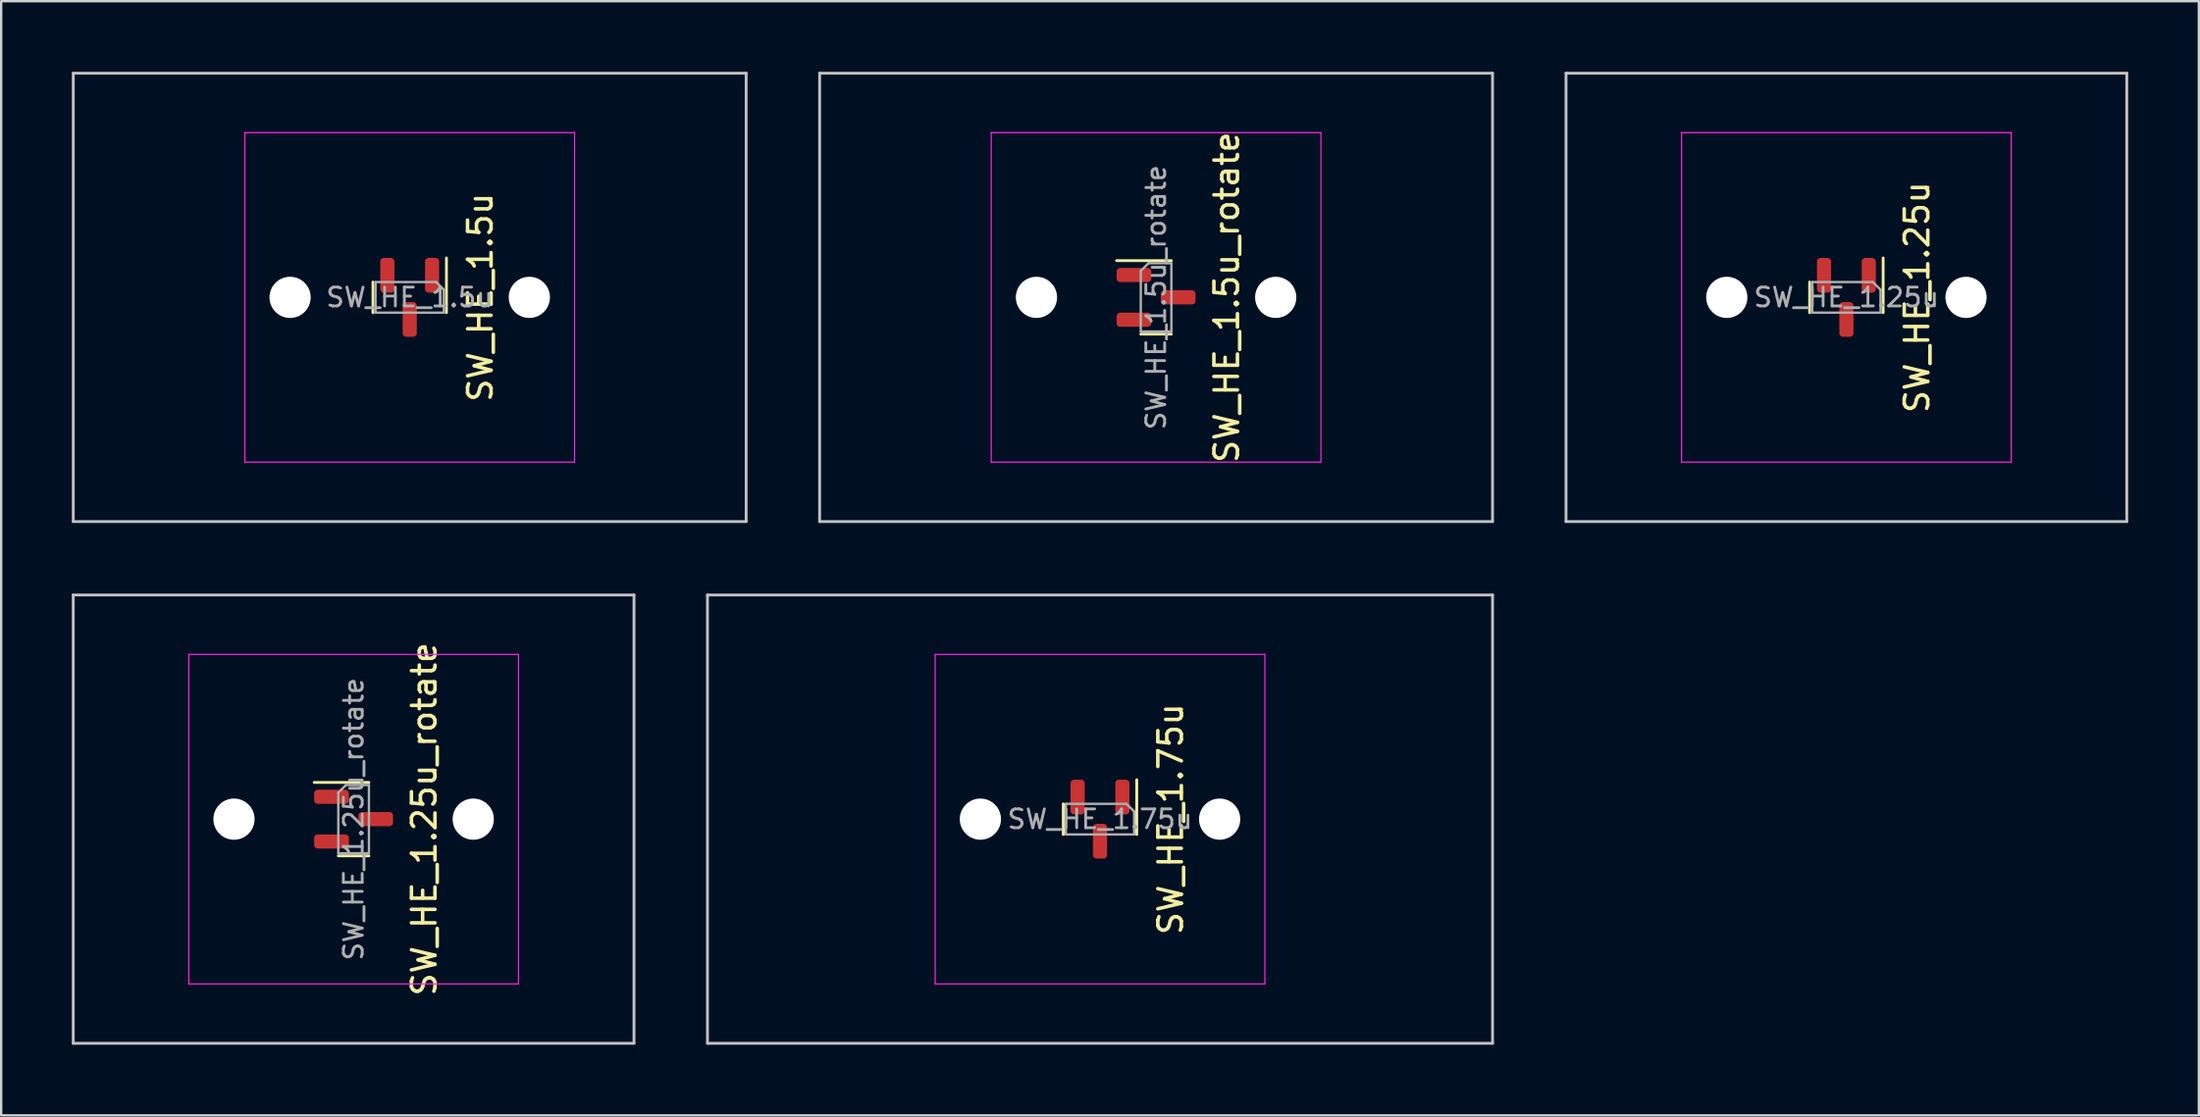
<source format=kicad_pcb>
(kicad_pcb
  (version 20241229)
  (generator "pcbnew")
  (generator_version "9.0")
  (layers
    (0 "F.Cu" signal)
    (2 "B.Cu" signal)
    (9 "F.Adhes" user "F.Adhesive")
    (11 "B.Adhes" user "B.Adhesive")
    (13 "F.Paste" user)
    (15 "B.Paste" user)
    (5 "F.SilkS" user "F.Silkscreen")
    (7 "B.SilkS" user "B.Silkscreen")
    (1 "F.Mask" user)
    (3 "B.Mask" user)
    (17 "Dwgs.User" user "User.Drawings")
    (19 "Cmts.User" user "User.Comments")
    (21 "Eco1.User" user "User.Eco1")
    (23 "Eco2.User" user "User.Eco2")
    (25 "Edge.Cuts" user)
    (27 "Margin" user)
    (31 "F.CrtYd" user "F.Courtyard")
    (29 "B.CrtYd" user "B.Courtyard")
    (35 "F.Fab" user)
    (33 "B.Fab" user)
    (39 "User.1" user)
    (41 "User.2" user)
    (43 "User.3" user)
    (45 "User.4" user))
  (footprint "SW_HE_1.25u_rotate"
    (layer "F.Cu")
    (at 11.966 31.755)
    (property "Reference" "SW_HE_1.25u_rotate" (at 3 0 270) (layer "F.SilkS") (effects (font (size 1 1) (thickness 0.15))))
    (attr smd)
    (fp_line (start -1.675 -1.56) (end 0.65 -1.56) (stroke (width 0.12) (type default)) (layer "F.SilkS"))
    (fp_line (start -0.65 1.56) (end 0.65 1.56) (stroke (width 0.12) (type default)) (layer "F.SilkS"))
    (fp_line (start -11.906 9.525) (end -11.906 -9.525) (stroke (width 0.12) (type default)) (layer "Dwgs.User"))
    (fp_line (start -11.906 9.525) (end 11.906 9.525) (stroke (width 0.12) (type default)) (layer "Dwgs.User"))
    (fp_line (start 11.906 -9.525) (end -11.906 -9.525) (stroke (width 0.12) (type default)) (layer "Dwgs.User"))
    (fp_line (start 11.906 9.525) (end 11.906 -9.525) (stroke (width 0.12) (type default)) (layer "Dwgs.User"))
    (fp_line (start -7 6.5) (end -7 -6.5) (stroke (width 0.05) (type solid)) (layer "Eco2.User"))
    (fp_line (start -6.5 -7) (end 6.5 -7) (stroke (width 0.05) (type solid)) (layer "Eco2.User"))
    (fp_line (start 6.5 7) (end -6.5 7) (stroke (width 0.05) (type solid)) (layer "Eco2.User"))
    (fp_line (start 7 -6.5) (end 7 6.5) (stroke (width 0.05) (type solid)) (layer "Eco2.User"))
    (fp_arc (start -7 -6.5) (mid -6.853553 -6.853553) (end -6.5 -7) (stroke (width 0.05) (type solid)) (layer "Eco2.User"))
    (fp_arc (start -6.5 7) (mid -6.853553 6.853553) (end -7 6.5) (stroke (width 0.05) (type solid)) (layer "Eco2.User"))
    (fp_arc (start 6.5 -7) (mid 6.853553 -6.853553) (end 7 -6.5) (stroke (width 0.05) (type solid)) (layer "Eco2.User"))
    (fp_arc (start 6.997236 6.498884) (mid 6.850789 6.852437) (end 6.497236 6.998884) (stroke (width 0.05) (type solid)) (layer "Eco2.User"))
    (fp_line (start -7 -7) (end -7 7) (stroke (width 0.05) (type solid)) (layer "F.CrtYd"))
    (fp_line (start -7 7) (end 7 7) (stroke (width 0.05) (type solid)) (layer "F.CrtYd"))
    (fp_line (start 7 -7) (end -7 -7) (stroke (width 0.05) (type solid)) (layer "F.CrtYd"))
    (fp_line (start 7 7) (end 7 -7) (stroke (width 0.05) (type solid)) (layer "F.CrtYd"))
    (fp_line (start -0.65 1.45) (end -0.65 -1.125) (stroke (width 0.1) (type default)) (layer "F.Fab"))
    (fp_line (start -0.325 -1.45) (end -0.65 -1.125) (stroke (width 0.1) (type default)) (layer "F.Fab"))
    (fp_line (start -0.325 -1.45) (end 0.65 -1.45) (stroke (width 0.1) (type default)) (layer "F.Fab"))
    (fp_line (start 0.65 1.45) (end -0.65 1.45) (stroke (width 0.1) (type default)) (layer "F.Fab"))
    (fp_line (start 0.65 1.45) (end 0.65 -1.45) (stroke (width 0.1) (type default)) (layer "F.Fab"))
    (fp_text user "${REFERENCE}" (at 0 0 90) (layer "F.Fab") (effects (font (size 0.8 0.8) (thickness 0.12))))
    (pad "" np_thru_hole circle (at -5.08 0) (size 1.75 1.75) (drill 1.75) (layers "*.Cu" "*.Mask"))
    (pad "" np_thru_hole circle (at 5.08 0) (size 1.75 1.75) (drill 1.75) (layers "*.Cu" "*.Mask"))
    (pad "1" smd roundrect (at -0.938 -0.95) (size 1.475 0.6) (layers "F.Cu" "F.Mask" "F.Paste") (roundrect_rratio 0.25))
    (pad "2" smd roundrect (at -0.938 0.95) (size 1.475 0.6) (layers "F.Cu" "F.Mask" "F.Paste") (roundrect_rratio 0.25))
    (pad "3" smd roundrect (at 0.938 0) (size 1.475 0.6) (layers "F.Cu" "F.Mask" "F.Paste") (roundrect_rratio 0.25))
    (zone (net_name "") (layers "F.Cu" "B.Cu") (hatch edge 0.5) (connect_pads) (min_thickness 0.25) (filled_areas_thickness no) (keepout (tracks allowed) (vias allowed) (pads allowed) (copperpour not_allowed) (footprints allowed)) (placement (enabled no)) (fill) (polygon (pts (arc (start 13.88625 30.335) (mid 13.739803 29.981447) (end 13.38625 29.835)) (arc (start 10.54625 29.835) (mid 10.192697 29.981447) (end 10.04625 30.335)) (arc (start 10.04625 33.175) (mid 10.192697 33.528553) (end 10.54625 33.675)) (arc (start 13.38625 33.675) (mid 13.739803 33.528553) (end 13.88625 33.175))))))
  (footprint "SW_HE_1.75u"
    (layer "F.Cu")
    (at 43.661 31.755)
    (property "Reference" "SW_HE_1.75u" (at 3 0 270) (layer "F.SilkS") (effects (font (size 1 1) (thickness 0.15))))
    (attr smd)
    (fp_line (start -1.56 -0.65) (end -1.56 0.65) (stroke (width 0.12) (type default)) (layer "F.SilkS"))
    (fp_line (start 1.56 -1.675) (end 1.56 0.65) (stroke (width 0.12) (type default)) (layer "F.SilkS"))
    (fp_line (start -16.669 9.525) (end -16.669 -9.525) (stroke (width 0.12) (type default)) (layer "Dwgs.User"))
    (fp_line (start -16.669 9.525) (end 16.669 9.525) (stroke (width 0.12) (type default)) (layer "Dwgs.User"))
    (fp_line (start 16.669 -9.525) (end -16.669 -9.525) (stroke (width 0.12) (type default)) (layer "Dwgs.User"))
    (fp_line (start 16.669 9.525) (end 16.669 -9.525) (stroke (width 0.12) (type default)) (layer "Dwgs.User"))
    (fp_line (start -7 6.5) (end -7 -6.5) (stroke (width 0.05) (type solid)) (layer "Eco2.User"))
    (fp_line (start -6.5 -7) (end 6.5 -7) (stroke (width 0.05) (type solid)) (layer "Eco2.User"))
    (fp_line (start 6.5 7) (end -6.5 7) (stroke (width 0.05) (type solid)) (layer "Eco2.User"))
    (fp_line (start 7 -6.5) (end 7 6.5) (stroke (width 0.05) (type solid)) (layer "Eco2.User"))
    (fp_arc (start -7 -6.5) (mid -6.853553 -6.853553) (end -6.5 -7) (stroke (width 0.05) (type solid)) (layer "Eco2.User"))
    (fp_arc (start -6.5 7) (mid -6.853553 6.853553) (end -7 6.5) (stroke (width 0.05) (type solid)) (layer "Eco2.User"))
    (fp_arc (start 6.5 -7) (mid 6.853553 -6.853553) (end 7 -6.5) (stroke (width 0.05) (type solid)) (layer "Eco2.User"))
    (fp_arc (start 6.997236 6.498884) (mid 6.850789 6.852437) (end 6.497236 6.998884) (stroke (width 0.05) (type solid)) (layer "Eco2.User"))
    (fp_line (start -7 -7) (end -7 7) (stroke (width 0.05) (type solid)) (layer "F.CrtYd"))
    (fp_line (start -7 7) (end 7 7) (stroke (width 0.05) (type solid)) (layer "F.CrtYd"))
    (fp_line (start 7 -7) (end -7 -7) (stroke (width 0.05) (type solid)) (layer "F.CrtYd"))
    (fp_line (start 7 7) (end 7 -7) (stroke (width 0.05) (type solid)) (layer "F.CrtYd"))
    (fp_line (start -1.45 -0.65) (end 1.125 -0.65) (stroke (width 0.1) (type default)) (layer "F.Fab"))
    (fp_line (start -1.45 0.65) (end -1.45 -0.65) (stroke (width 0.1) (type default)) (layer "F.Fab"))
    (fp_line (start -1.45 0.65) (end 1.45 0.65) (stroke (width 0.1) (type default)) (layer "F.Fab"))
    (fp_line (start 1.45 -0.325) (end 1.125 -0.65) (stroke (width 0.1) (type default)) (layer "F.Fab"))
    (fp_line (start 1.45 -0.325) (end 1.45 0.65) (stroke (width 0.1) (type default)) (layer "F.Fab"))
    (fp_text user "${REFERENCE}" (at 0 0 0) (layer "F.Fab") (effects (font (size 0.8 0.8) (thickness 0.12))))
    (pad "" np_thru_hole circle (at -5.08 0) (size 1.75 1.75) (drill 1.75) (layers "*.Cu" "*.Mask"))
    (pad "" np_thru_hole circle (at 5.08 0) (size 1.75 1.75) (drill 1.75) (layers "*.Cu" "*.Mask"))
    (pad "1" smd roundrect (at 0.95 -0.938 270) (size 1.475 0.6) (layers "F.Cu" "F.Mask" "F.Paste") (roundrect_rratio 0.25))
    (pad "2" smd roundrect (at -0.95 -0.938 270) (size 1.475 0.6) (layers "F.Cu" "F.Mask" "F.Paste") (roundrect_rratio 0.25))
    (pad "3" smd roundrect (at 0 0.938 270) (size 1.475 0.6) (layers "F.Cu" "F.Mask" "F.Paste") (roundrect_rratio 0.25))
    (zone (net_name "") (layers "F.Cu" "B.Cu") (hatch edge 0.5) (connect_pads) (min_thickness 0.25) (filled_areas_thickness no) (keepout (tracks allowed) (vias allowed) (pads allowed) (copperpour not_allowed) (footprints allowed)) (placement (enabled no)) (fill) (polygon (pts (arc (start 45.58125 30.335) (mid 45.434803 29.981447) (end 45.08125 29.835)) (arc (start 42.24125 29.835) (mid 41.887697 29.981447) (end 41.74125 30.335)) (arc (start 41.74125 33.175) (mid 41.887697 33.528553) (end 42.24125 33.675)) (arc (start 45.08125 33.675) (mid 45.434803 33.528553) (end 45.58125 33.175))))))
  (footprint "SW_HE_1.25u"
    (layer "F.Cu")
    (at 75.356 9.585)
    (property "Reference" "SW_HE_1.25u" (at 3 0 270) (layer "F.SilkS") (effects (font (size 1 1) (thickness 0.15))))
    (attr smd)
    (fp_line (start -1.56 -0.65) (end -1.56 0.65) (stroke (width 0.12) (type default)) (layer "F.SilkS"))
    (fp_line (start 1.56 -1.675) (end 1.56 0.65) (stroke (width 0.12) (type default)) (layer "F.SilkS"))
    (fp_line (start -11.906 9.525) (end -11.906 -9.525) (stroke (width 0.12) (type default)) (layer "Dwgs.User"))
    (fp_line (start -11.906 9.525) (end 11.906 9.525) (stroke (width 0.12) (type default)) (layer "Dwgs.User"))
    (fp_line (start 11.906 -9.525) (end -11.906 -9.525) (stroke (width 0.12) (type default)) (layer "Dwgs.User"))
    (fp_line (start 11.906 9.525) (end 11.906 -9.525) (stroke (width 0.12) (type default)) (layer "Dwgs.User"))
    (fp_line (start -7 6.5) (end -7 -6.5) (stroke (width 0.05) (type solid)) (layer "Eco2.User"))
    (fp_line (start -6.5 -7) (end 6.5 -7) (stroke (width 0.05) (type solid)) (layer "Eco2.User"))
    (fp_line (start 6.5 7) (end -6.5 7) (stroke (width 0.05) (type solid)) (layer "Eco2.User"))
    (fp_line (start 7 -6.5) (end 7 6.5) (stroke (width 0.05) (type solid)) (layer "Eco2.User"))
    (fp_arc (start -7 -6.5) (mid -6.853553 -6.853553) (end -6.5 -7) (stroke (width 0.05) (type solid)) (layer "Eco2.User"))
    (fp_arc (start -6.5 7) (mid -6.853553 6.853553) (end -7 6.5) (stroke (width 0.05) (type solid)) (layer "Eco2.User"))
    (fp_arc (start 6.5 -7) (mid 6.853553 -6.853553) (end 7 -6.5) (stroke (width 0.05) (type solid)) (layer "Eco2.User"))
    (fp_arc (start 6.997236 6.498884) (mid 6.850789 6.852437) (end 6.497236 6.998884) (stroke (width 0.05) (type solid)) (layer "Eco2.User"))
    (fp_line (start -7 -7) (end -7 7) (stroke (width 0.05) (type solid)) (layer "F.CrtYd"))
    (fp_line (start -7 7) (end 7 7) (stroke (width 0.05) (type solid)) (layer "F.CrtYd"))
    (fp_line (start 7 -7) (end -7 -7) (stroke (width 0.05) (type solid)) (layer "F.CrtYd"))
    (fp_line (start 7 7) (end 7 -7) (stroke (width 0.05) (type solid)) (layer "F.CrtYd"))
    (fp_line (start -1.45 -0.65) (end 1.125 -0.65) (stroke (width 0.1) (type default)) (layer "F.Fab"))
    (fp_line (start -1.45 0.65) (end -1.45 -0.65) (stroke (width 0.1) (type default)) (layer "F.Fab"))
    (fp_line (start -1.45 0.65) (end 1.45 0.65) (stroke (width 0.1) (type default)) (layer "F.Fab"))
    (fp_line (start 1.45 -0.325) (end 1.125 -0.65) (stroke (width 0.1) (type default)) (layer "F.Fab"))
    (fp_line (start 1.45 -0.325) (end 1.45 0.65) (stroke (width 0.1) (type default)) (layer "F.Fab"))
    (fp_text user "${REFERENCE}" (at 0 0 0) (layer "F.Fab") (effects (font (size 0.8 0.8) (thickness 0.12))))
    (pad "" np_thru_hole circle (at -5.08 0) (size 1.75 1.75) (drill 1.75) (layers "*.Cu" "*.Mask"))
    (pad "" np_thru_hole circle (at 5.08 0) (size 1.75 1.75) (drill 1.75) (layers "*.Cu" "*.Mask"))
    (pad "1" smd roundrect (at 0.95 -0.938 270) (size 1.475 0.6) (layers "F.Cu" "F.Mask" "F.Paste") (roundrect_rratio 0.25))
    (pad "2" smd roundrect (at -0.95 -0.938 270) (size 1.475 0.6) (layers "F.Cu" "F.Mask" "F.Paste") (roundrect_rratio 0.25))
    (pad "3" smd roundrect (at 0 0.938 270) (size 1.475 0.6) (layers "F.Cu" "F.Mask" "F.Paste") (roundrect_rratio 0.25))
    (zone (net_name "") (layers "F.Cu" "B.Cu") (hatch edge 0.5) (connect_pads) (min_thickness 0.25) (filled_areas_thickness no) (keepout (tracks allowed) (vias allowed) (pads allowed) (copperpour not_allowed) (footprints allowed)) (placement (enabled no)) (fill) (polygon (pts (arc (start 77.27625 8.165) (mid 77.129803 7.811447) (end 76.77625 7.665)) (arc (start 73.93625 7.665) (mid 73.582697 7.811447) (end 73.43625 8.165)) (arc (start 73.43625 11.005) (mid 73.582697 11.358553) (end 73.93625 11.505)) (arc (start 76.77625 11.505) (mid 77.129803 11.358553) (end 77.27625 11.005))))))
  (footprint "SW_HE_1.5u_rotate"
    (layer "F.Cu")
    (at 46.042 9.585)
    (property "Reference" "SW_HE_1.5u_rotate" (at 3 0 270) (layer "F.SilkS") (effects (font (size 1 1) (thickness 0.15))))
    (attr smd)
    (fp_line (start -1.675 -1.56) (end 0.65 -1.56) (stroke (width 0.12) (type default)) (layer "F.SilkS"))
    (fp_line (start -0.65 1.56) (end 0.65 1.56) (stroke (width 0.12) (type default)) (layer "F.SilkS"))
    (fp_line (start -14.287 9.525) (end -14.287 -9.525) (stroke (width 0.12) (type default)) (layer "Dwgs.User"))
    (fp_line (start 14.287 -9.525) (end -14.287 -9.525) (stroke (width 0.12) (type default)) (layer "Dwgs.User"))
    (fp_line (start 14.287 9.525) (end -14.287 9.525) (stroke (width 0.12) (type default)) (layer "Dwgs.User"))
    (fp_line (start 14.287 9.525) (end 14.287 -9.525) (stroke (width 0.12) (type default)) (layer "Dwgs.User"))
    (fp_line (start -7 6.5) (end -7 -6.5) (stroke (width 0.05) (type solid)) (layer "Eco2.User"))
    (fp_line (start -6.5 -7) (end 6.5 -7) (stroke (width 0.05) (type solid)) (layer "Eco2.User"))
    (fp_line (start 6.5 7) (end -6.5 7) (stroke (width 0.05) (type solid)) (layer "Eco2.User"))
    (fp_line (start 7 -6.5) (end 7 6.5) (stroke (width 0.05) (type solid)) (layer "Eco2.User"))
    (fp_arc (start -7 -6.5) (mid -6.853553 -6.853553) (end -6.5 -7) (stroke (width 0.05) (type solid)) (layer "Eco2.User"))
    (fp_arc (start -6.5 7) (mid -6.853553 6.853553) (end -7 6.5) (stroke (width 0.05) (type solid)) (layer "Eco2.User"))
    (fp_arc (start 6.5 -7) (mid 6.853553 -6.853553) (end 7 -6.5) (stroke (width 0.05) (type solid)) (layer "Eco2.User"))
    (fp_arc (start 6.997236 6.498884) (mid 6.850789 6.852437) (end 6.497236 6.998884) (stroke (width 0.05) (type solid)) (layer "Eco2.User"))
    (fp_line (start -7 -7) (end -7 7) (stroke (width 0.05) (type solid)) (layer "F.CrtYd"))
    (fp_line (start -7 7) (end 7 7) (stroke (width 0.05) (type solid)) (layer "F.CrtYd"))
    (fp_line (start 7 -7) (end -7 -7) (stroke (width 0.05) (type solid)) (layer "F.CrtYd"))
    (fp_line (start 7 7) (end 7 -7) (stroke (width 0.05) (type solid)) (layer "F.CrtYd"))
    (fp_line (start -0.65 1.45) (end -0.65 -1.125) (stroke (width 0.1) (type default)) (layer "F.Fab"))
    (fp_line (start -0.325 -1.45) (end -0.65 -1.125) (stroke (width 0.1) (type default)) (layer "F.Fab"))
    (fp_line (start -0.325 -1.45) (end 0.65 -1.45) (stroke (width 0.1) (type default)) (layer "F.Fab"))
    (fp_line (start 0.65 1.45) (end -0.65 1.45) (stroke (width 0.1) (type default)) (layer "F.Fab"))
    (fp_line (start 0.65 1.45) (end 0.65 -1.45) (stroke (width 0.1) (type default)) (layer "F.Fab"))
    (fp_text user "${REFERENCE}" (at 0 0 90) (layer "F.Fab") (effects (font (size 0.8 0.8) (thickness 0.12))))
    (pad "" np_thru_hole circle (at -5.08 0) (size 1.75 1.75) (drill 1.75) (layers "*.Cu" "*.Mask"))
    (pad "" np_thru_hole circle (at 5.08 0) (size 1.75 1.75) (drill 1.75) (layers "*.Cu" "*.Mask"))
    (pad "1" smd roundrect (at -0.938 -0.95) (size 1.475 0.6) (layers "F.Cu" "F.Mask" "F.Paste") (roundrect_rratio 0.25))
    (pad "2" smd roundrect (at -0.938 0.95) (size 1.475 0.6) (layers "F.Cu" "F.Mask" "F.Paste") (roundrect_rratio 0.25))
    (pad "3" smd roundrect (at 0.938 0) (size 1.475 0.6) (layers "F.Cu" "F.Mask" "F.Paste") (roundrect_rratio 0.25))
    (zone (net_name "") (layers "F.Cu" "B.Cu") (hatch edge 0.5) (connect_pads) (min_thickness 0.25) (filled_areas_thickness no) (keepout (tracks allowed) (vias allowed) (pads allowed) (copperpour not_allowed) (footprints allowed)) (placement (enabled no)) (fill) (polygon (pts (arc (start 44.6225 7.665) (mid 44.268947 7.811447) (end 44.1225 8.165)) (arc (start 44.1225 11.005) (mid 44.268947 11.358553) (end 44.6225 11.505)) (arc (start 47.4625 11.505) (mid 47.816053 11.358553) (end 47.9625 11.005)) (arc (start 47.9625 8.165) (mid 47.816053 7.811447) (end 47.4625 7.665))))))
  (footprint "SW_HE_1.5u"
    (layer "F.Cu")
    (at 14.348 9.585)
    (property "Reference" "SW_HE_1.5u" (at 3 0 270) (layer "F.SilkS") (effects (font (size 1 1) (thickness 0.15))))
    (attr smd)
    (fp_line (start -1.56 -0.65) (end -1.56 0.65) (stroke (width 0.12) (type default)) (layer "F.SilkS"))
    (fp_line (start 1.56 -1.675) (end 1.56 0.65) (stroke (width 0.12) (type default)) (layer "F.SilkS"))
    (fp_line (start -14.287 9.525) (end -14.287 -9.525) (stroke (width 0.12) (type default)) (layer "Dwgs.User"))
    (fp_line (start 14.287 -9.525) (end -14.287 -9.525) (stroke (width 0.12) (type default)) (layer "Dwgs.User"))
    (fp_line (start 14.287 9.525) (end -14.287 9.525) (stroke (width 0.12) (type default)) (layer "Dwgs.User"))
    (fp_line (start 14.287 9.525) (end 14.287 -9.525) (stroke (width 0.12) (type default)) (layer "Dwgs.User"))
    (fp_line (start -7 6.5) (end -7 -6.5) (stroke (width 0.05) (type solid)) (layer "Eco2.User"))
    (fp_line (start -6.5 -7) (end 6.5 -7) (stroke (width 0.05) (type solid)) (layer "Eco2.User"))
    (fp_line (start 6.5 7) (end -6.5 7) (stroke (width 0.05) (type solid)) (layer "Eco2.User"))
    (fp_line (start 7 -6.5) (end 7 6.5) (stroke (width 0.05) (type solid)) (layer "Eco2.User"))
    (fp_arc (start -7 -6.5) (mid -6.853553 -6.853553) (end -6.5 -7) (stroke (width 0.05) (type solid)) (layer "Eco2.User"))
    (fp_arc (start -6.5 7) (mid -6.853553 6.853553) (end -7 6.5) (stroke (width 0.05) (type solid)) (layer "Eco2.User"))
    (fp_arc (start 6.5 -7) (mid 6.853553 -6.853553) (end 7 -6.5) (stroke (width 0.05) (type solid)) (layer "Eco2.User"))
    (fp_arc (start 6.997236 6.498884) (mid 6.850789 6.852437) (end 6.497236 6.998884) (stroke (width 0.05) (type solid)) (layer "Eco2.User"))
    (fp_line (start -7 -7) (end -7 7) (stroke (width 0.05) (type solid)) (layer "F.CrtYd"))
    (fp_line (start -7 7) (end 7 7) (stroke (width 0.05) (type solid)) (layer "F.CrtYd"))
    (fp_line (start 7 -7) (end -7 -7) (stroke (width 0.05) (type solid)) (layer "F.CrtYd"))
    (fp_line (start 7 7) (end 7 -7) (stroke (width 0.05) (type solid)) (layer "F.CrtYd"))
    (fp_line (start -1.45 -0.65) (end 1.125 -0.65) (stroke (width 0.1) (type default)) (layer "F.Fab"))
    (fp_line (start -1.45 0.65) (end -1.45 -0.65) (stroke (width 0.1) (type default)) (layer "F.Fab"))
    (fp_line (start -1.45 0.65) (end 1.45 0.65) (stroke (width 0.1) (type default)) (layer "F.Fab"))
    (fp_line (start 1.45 -0.325) (end 1.125 -0.65) (stroke (width 0.1) (type default)) (layer "F.Fab"))
    (fp_line (start 1.45 -0.325) (end 1.45 0.65) (stroke (width 0.1) (type default)) (layer "F.Fab"))
    (fp_text user "${REFERENCE}" (at 0 0 0) (layer "F.Fab") (effects (font (size 0.8 0.8) (thickness 0.12))))
    (pad "" np_thru_hole circle (at -5.08 0) (size 1.75 1.75) (drill 1.75) (layers "*.Cu" "*.Mask"))
    (pad "" np_thru_hole circle (at 5.08 0) (size 1.75 1.75) (drill 1.75) (layers "*.Cu" "*.Mask"))
    (pad "1" smd roundrect (at 0.95 -0.938 270) (size 1.475 0.6) (layers "F.Cu" "F.Mask" "F.Paste") (roundrect_rratio 0.25))
    (pad "2" smd roundrect (at -0.95 -0.938 270) (size 1.475 0.6) (layers "F.Cu" "F.Mask" "F.Paste") (roundrect_rratio 0.25))
    (pad "3" smd roundrect (at 0 0.938 270) (size 1.475 0.6) (layers "F.Cu" "F.Mask" "F.Paste") (roundrect_rratio 0.25))
    (zone (net_name "") (layers "F.Cu" "B.Cu") (hatch edge 0.5) (connect_pads) (min_thickness 0.25) (filled_areas_thickness no) (keepout (tracks allowed) (vias allowed) (pads allowed) (copperpour not_allowed) (footprints allowed)) (placement (enabled no)) (fill) (polygon (pts (arc (start 16.2675 8.165) (mid 16.121053 7.811447) (end 15.7675 7.665)) (arc (start 12.9275 7.665) (mid 12.573947 7.811447) (end 12.4275 8.165)) (arc (start 12.4275 11.005) (mid 12.573947 11.358553) (end 12.9275 11.505)) (arc (start 15.7675 11.505) (mid 16.121053 11.358553) (end 16.2675 11.005))))))
  (gr_rect
    (start -3 -3)
    (end 90.323 44.34)
    (stroke (width 0.1) (type default))
    (fill no)
    (layer "Edge.Cuts")))
</source>
